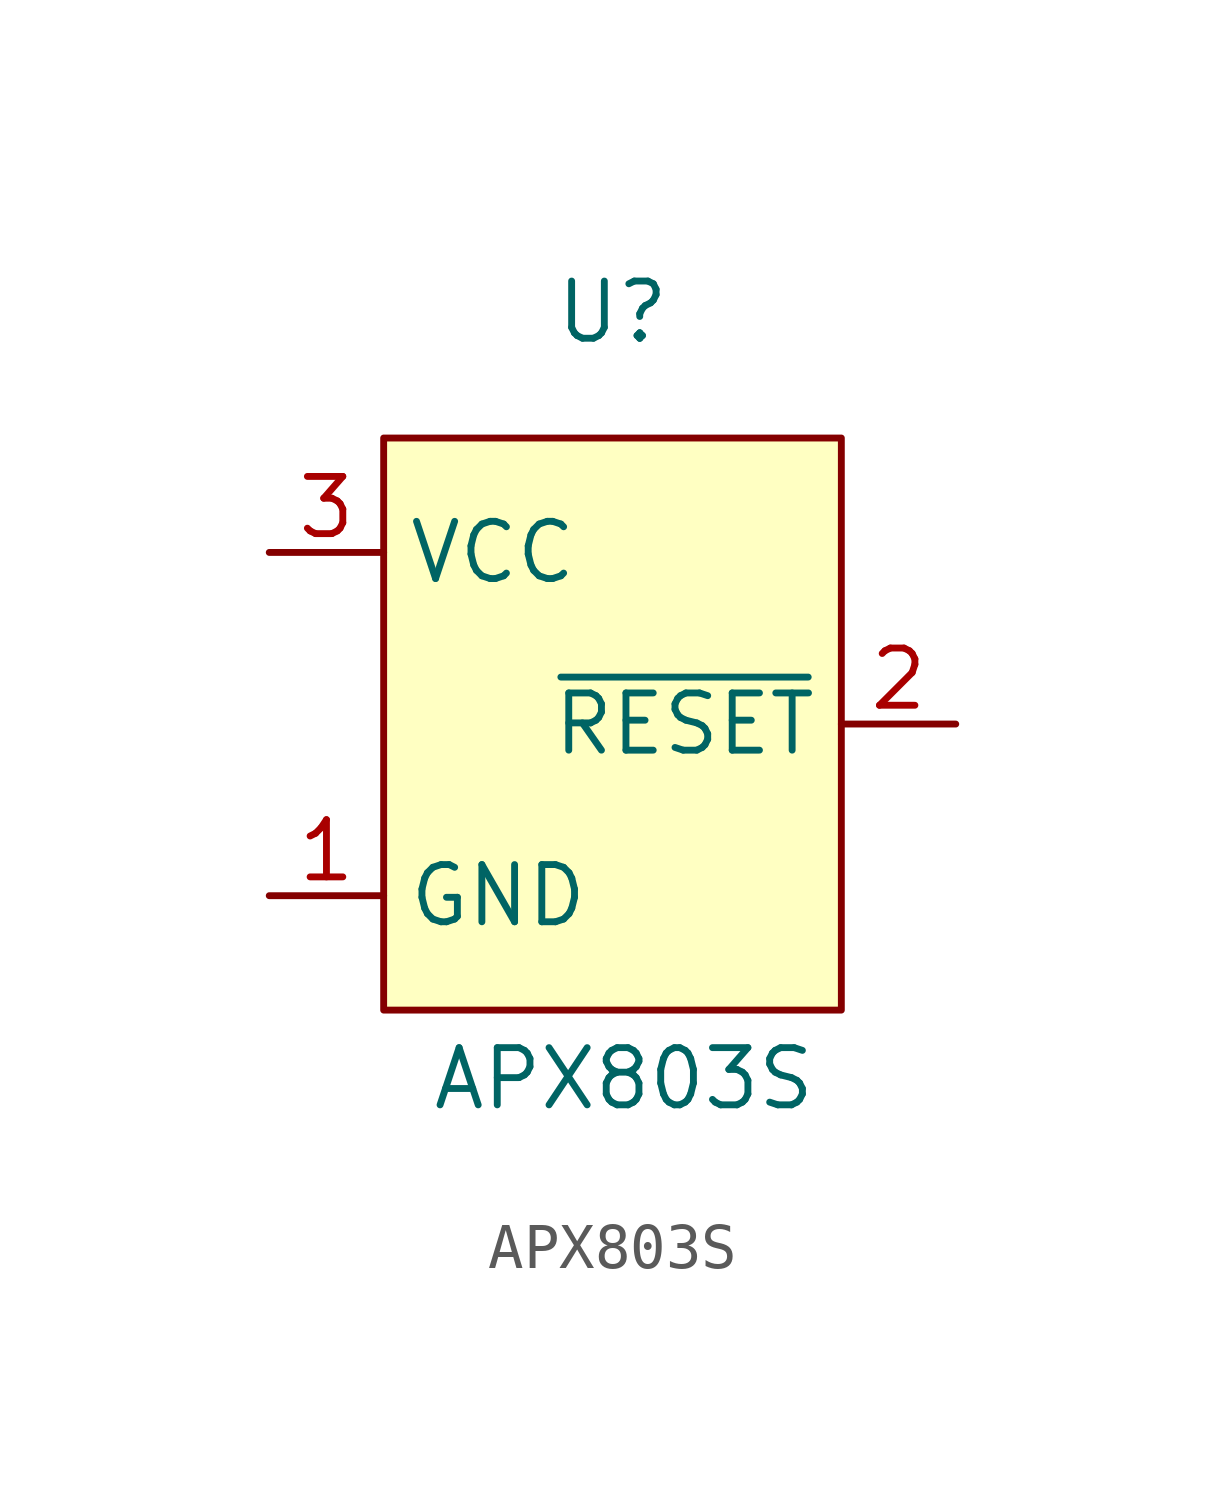
<source format=kicad_sym>
(kicad_symbol_lib
  (version 20231120)
  (generator "kicad_symbol_editor")
  (generator_version "8.0")
  (symbol "APX803S"
    (property "Reference" "U"
      (at 0 9.144 0)
      (effects (font (size 1.27 1.27))))
    (property "Value" "APX803S"
      (at 0.254 -7.874 0)
      (effects (font (size 1.27 1.27))))
    (symbol "APX803S_1_1"
      (rectangle (start -5.08 6.35) (end 5.08 -6.35) (stroke (width 0) (type default)) (fill (type background)))
      (pin power_in line (at -7.62 -3.81 0) (length 2.54) (name "GND" (effects (font (size 1.27 1.27)))) (number "1" (effects (font (size 1.27 1.27)))))
      (pin open_collector line (at 7.62 0 180) (length 2.54) (name "~{RESET}" (effects (font (size 1.27 1.27)))) (number "2" (effects (font (size 1.27 1.27)))))
      (pin power_in line (at -7.62 3.81 0) (length 2.54) (name "VCC" (effects (font (size 1.27 1.27)))) (number "3" (effects (font (size 1.27 1.27))))))))
</source>
